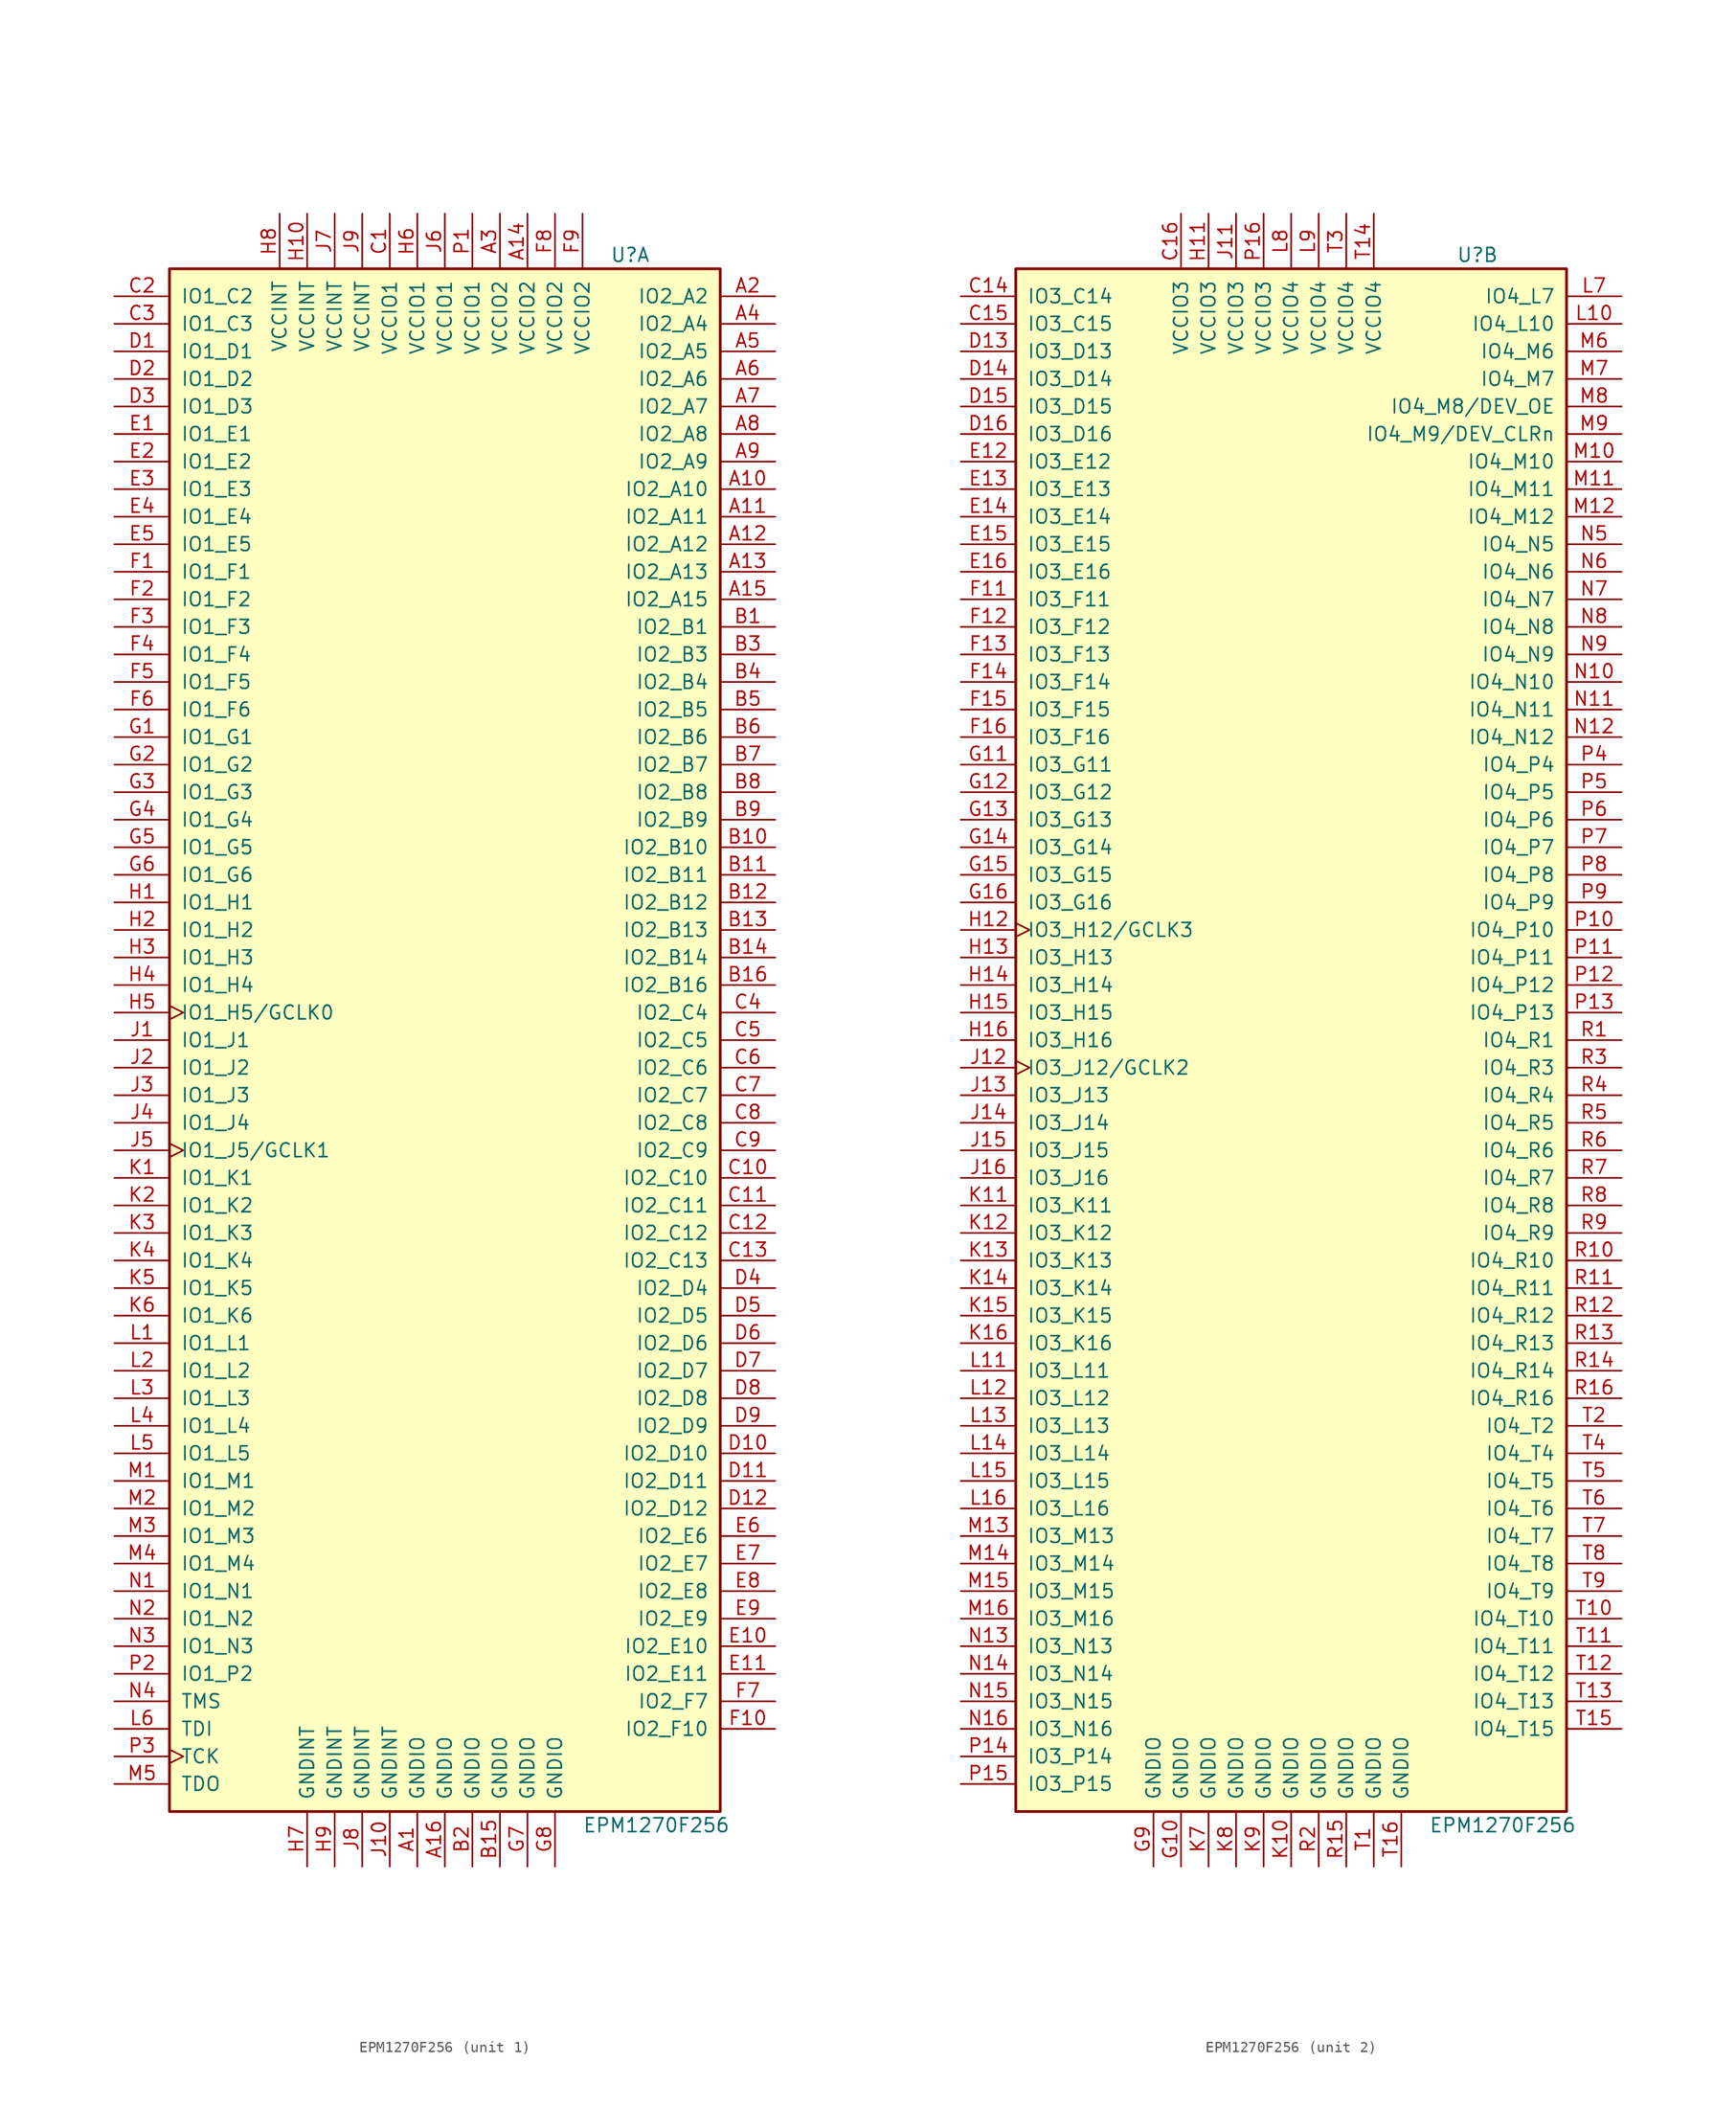
<source format=kicad_sym>
(kicad_symbol_lib
  (version 20201005)
  (generator kicad_symbol_editor)
  (symbol "EPM1270F256"
    (pin_names
      (offset 1.016))
    (property "Reference" "U"
      (at 15.24 72.39 0)
      (effects (font (size 1.27 1.27)) (justify left)))
    (property "Value" "EPM1270F256"
      (at 12.7 -72.39 0)
      (effects (font (size 1.27 1.27)) (justify left)))
    (property "ki_locked" ""
      (at 0 0 0)
      (effects (font (size 1.27 1.27))))
    (symbol "EPM1270F256_1_1"
      (rectangle (start -25.4 71.12) (end 25.4 -71.12) (stroke (width 0.254)) (fill (type background)))
      (pin power_in line (at -2.54 -76.2 90) (length 5.08) (name "GNDIO" (effects (font (size 1.27 1.27)))) (number "A1" (effects (font (size 1.27 1.27)))))
      (pin bidirectional line (at 30.48 50.8 180) (length 5.08) (name "IO2_A10" (effects (font (size 1.27 1.27)))) (number "A10" (effects (font (size 1.27 1.27)))))
      (pin bidirectional line (at 30.48 48.26 180) (length 5.08) (name "IO2_A11" (effects (font (size 1.27 1.27)))) (number "A11" (effects (font (size 1.27 1.27)))))
      (pin bidirectional line (at 30.48 45.72 180) (length 5.08) (name "IO2_A12" (effects (font (size 1.27 1.27)))) (number "A12" (effects (font (size 1.27 1.27)))))
      (pin bidirectional line (at 30.48 43.18 180) (length 5.08) (name "IO2_A13" (effects (font (size 1.27 1.27)))) (number "A13" (effects (font (size 1.27 1.27)))))
      (pin power_in line (at 7.62 76.2 270) (length 5.08) (name "VCCIO2" (effects (font (size 1.27 1.27)))) (number "A14" (effects (font (size 1.27 1.27)))))
      (pin bidirectional line (at 30.48 40.64 180) (length 5.08) (name "IO2_A15" (effects (font (size 1.27 1.27)))) (number "A15" (effects (font (size 1.27 1.27)))))
      (pin power_in line (at 0 -76.2 90) (length 5.08) (name "GNDIO" (effects (font (size 1.27 1.27)))) (number "A16" (effects (font (size 1.27 1.27)))))
      (pin bidirectional line (at 30.48 68.58 180) (length 5.08) (name "IO2_A2" (effects (font (size 1.27 1.27)))) (number "A2" (effects (font (size 1.27 1.27)))))
      (pin power_in line (at 5.08 76.2 270) (length 5.08) (name "VCCIO2" (effects (font (size 1.27 1.27)))) (number "A3" (effects (font (size 1.27 1.27)))))
      (pin bidirectional line (at 30.48 66.04 180) (length 5.08) (name "IO2_A4" (effects (font (size 1.27 1.27)))) (number "A4" (effects (font (size 1.27 1.27)))))
      (pin bidirectional line (at 30.48 63.5 180) (length 5.08) (name "IO2_A5" (effects (font (size 1.27 1.27)))) (number "A5" (effects (font (size 1.27 1.27)))))
      (pin bidirectional line (at 30.48 60.96 180) (length 5.08) (name "IO2_A6" (effects (font (size 1.27 1.27)))) (number "A6" (effects (font (size 1.27 1.27)))))
      (pin bidirectional line (at 30.48 58.42 180) (length 5.08) (name "IO2_A7" (effects (font (size 1.27 1.27)))) (number "A7" (effects (font (size 1.27 1.27)))))
      (pin bidirectional line (at 30.48 55.88 180) (length 5.08) (name "IO2_A8" (effects (font (size 1.27 1.27)))) (number "A8" (effects (font (size 1.27 1.27)))))
      (pin bidirectional line (at 30.48 53.34 180) (length 5.08) (name "IO2_A9" (effects (font (size 1.27 1.27)))) (number "A9" (effects (font (size 1.27 1.27)))))
      (pin bidirectional line (at 30.48 38.1 180) (length 5.08) (name "IO2_B1" (effects (font (size 1.27 1.27)))) (number "B1" (effects (font (size 1.27 1.27)))))
      (pin bidirectional line (at 30.48 17.78 180) (length 5.08) (name "IO2_B10" (effects (font (size 1.27 1.27)))) (number "B10" (effects (font (size 1.27 1.27)))))
      (pin bidirectional line (at 30.48 15.24 180) (length 5.08) (name "IO2_B11" (effects (font (size 1.27 1.27)))) (number "B11" (effects (font (size 1.27 1.27)))))
      (pin bidirectional line (at 30.48 12.7 180) (length 5.08) (name "IO2_B12" (effects (font (size 1.27 1.27)))) (number "B12" (effects (font (size 1.27 1.27)))))
      (pin bidirectional line (at 30.48 10.16 180) (length 5.08) (name "IO2_B13" (effects (font (size 1.27 1.27)))) (number "B13" (effects (font (size 1.27 1.27)))))
      (pin bidirectional line (at 30.48 7.62 180) (length 5.08) (name "IO2_B14" (effects (font (size 1.27 1.27)))) (number "B14" (effects (font (size 1.27 1.27)))))
      (pin power_in line (at 5.08 -76.2 90) (length 5.08) (name "GNDIO" (effects (font (size 1.27 1.27)))) (number "B15" (effects (font (size 1.27 1.27)))))
      (pin bidirectional line (at 30.48 5.08 180) (length 5.08) (name "IO2_B16" (effects (font (size 1.27 1.27)))) (number "B16" (effects (font (size 1.27 1.27)))))
      (pin power_in line (at 2.54 -76.2 90) (length 5.08) (name "GNDIO" (effects (font (size 1.27 1.27)))) (number "B2" (effects (font (size 1.27 1.27)))))
      (pin bidirectional line (at 30.48 35.56 180) (length 5.08) (name "IO2_B3" (effects (font (size 1.27 1.27)))) (number "B3" (effects (font (size 1.27 1.27)))))
      (pin bidirectional line (at 30.48 33.02 180) (length 5.08) (name "IO2_B4" (effects (font (size 1.27 1.27)))) (number "B4" (effects (font (size 1.27 1.27)))))
      (pin bidirectional line (at 30.48 30.48 180) (length 5.08) (name "IO2_B5" (effects (font (size 1.27 1.27)))) (number "B5" (effects (font (size 1.27 1.27)))))
      (pin bidirectional line (at 30.48 27.94 180) (length 5.08) (name "IO2_B6" (effects (font (size 1.27 1.27)))) (number "B6" (effects (font (size 1.27 1.27)))))
      (pin bidirectional line (at 30.48 25.4 180) (length 5.08) (name "IO2_B7" (effects (font (size 1.27 1.27)))) (number "B7" (effects (font (size 1.27 1.27)))))
      (pin bidirectional line (at 30.48 22.86 180) (length 5.08) (name "IO2_B8" (effects (font (size 1.27 1.27)))) (number "B8" (effects (font (size 1.27 1.27)))))
      (pin bidirectional line (at 30.48 20.32 180) (length 5.08) (name "IO2_B9" (effects (font (size 1.27 1.27)))) (number "B9" (effects (font (size 1.27 1.27)))))
      (pin power_in line (at -5.08 76.2 270) (length 5.08) (name "VCCIO1" (effects (font (size 1.27 1.27)))) (number "C1" (effects (font (size 1.27 1.27)))))
      (pin bidirectional line (at 30.48 -12.7 180) (length 5.08) (name "IO2_C10" (effects (font (size 1.27 1.27)))) (number "C10" (effects (font (size 1.27 1.27)))))
      (pin bidirectional line (at 30.48 -15.24 180) (length 5.08) (name "IO2_C11" (effects (font (size 1.27 1.27)))) (number "C11" (effects (font (size 1.27 1.27)))))
      (pin bidirectional line (at 30.48 -17.78 180) (length 5.08) (name "IO2_C12" (effects (font (size 1.27 1.27)))) (number "C12" (effects (font (size 1.27 1.27)))))
      (pin bidirectional line (at 30.48 -20.32 180) (length 5.08) (name "IO2_C13" (effects (font (size 1.27 1.27)))) (number "C13" (effects (font (size 1.27 1.27)))))
      (pin bidirectional line (at -30.48 68.58 0) (length 5.08) (name "IO1_C2" (effects (font (size 1.27 1.27)))) (number "C2" (effects (font (size 1.27 1.27)))))
      (pin bidirectional line (at -30.48 66.04 0) (length 5.08) (name "IO1_C3" (effects (font (size 1.27 1.27)))) (number "C3" (effects (font (size 1.27 1.27)))))
      (pin bidirectional line (at 30.48 2.54 180) (length 5.08) (name "IO2_C4" (effects (font (size 1.27 1.27)))) (number "C4" (effects (font (size 1.27 1.27)))))
      (pin bidirectional line (at 30.48 0 180) (length 5.08) (name "IO2_C5" (effects (font (size 1.27 1.27)))) (number "C5" (effects (font (size 1.27 1.27)))))
      (pin bidirectional line (at 30.48 -2.54 180) (length 5.08) (name "IO2_C6" (effects (font (size 1.27 1.27)))) (number "C6" (effects (font (size 1.27 1.27)))))
      (pin bidirectional line (at 30.48 -5.08 180) (length 5.08) (name "IO2_C7" (effects (font (size 1.27 1.27)))) (number "C7" (effects (font (size 1.27 1.27)))))
      (pin bidirectional line (at 30.48 -7.62 180) (length 5.08) (name "IO2_C8" (effects (font (size 1.27 1.27)))) (number "C8" (effects (font (size 1.27 1.27)))))
      (pin bidirectional line (at 30.48 -10.16 180) (length 5.08) (name "IO2_C9" (effects (font (size 1.27 1.27)))) (number "C9" (effects (font (size 1.27 1.27)))))
      (pin bidirectional line (at -30.48 63.5 0) (length 5.08) (name "IO1_D1" (effects (font (size 1.27 1.27)))) (number "D1" (effects (font (size 1.27 1.27)))))
      (pin bidirectional line (at 30.48 -38.1 180) (length 5.08) (name "IO2_D10" (effects (font (size 1.27 1.27)))) (number "D10" (effects (font (size 1.27 1.27)))))
      (pin bidirectional line (at 30.48 -40.64 180) (length 5.08) (name "IO2_D11" (effects (font (size 1.27 1.27)))) (number "D11" (effects (font (size 1.27 1.27)))))
      (pin bidirectional line (at 30.48 -43.18 180) (length 5.08) (name "IO2_D12" (effects (font (size 1.27 1.27)))) (number "D12" (effects (font (size 1.27 1.27)))))
      (pin bidirectional line (at -30.48 60.96 0) (length 5.08) (name "IO1_D2" (effects (font (size 1.27 1.27)))) (number "D2" (effects (font (size 1.27 1.27)))))
      (pin bidirectional line (at -30.48 58.42 0) (length 5.08) (name "IO1_D3" (effects (font (size 1.27 1.27)))) (number "D3" (effects (font (size 1.27 1.27)))))
      (pin bidirectional line (at 30.48 -22.86 180) (length 5.08) (name "IO2_D4" (effects (font (size 1.27 1.27)))) (number "D4" (effects (font (size 1.27 1.27)))))
      (pin bidirectional line (at 30.48 -25.4 180) (length 5.08) (name "IO2_D5" (effects (font (size 1.27 1.27)))) (number "D5" (effects (font (size 1.27 1.27)))))
      (pin bidirectional line (at 30.48 -27.94 180) (length 5.08) (name "IO2_D6" (effects (font (size 1.27 1.27)))) (number "D6" (effects (font (size 1.27 1.27)))))
      (pin bidirectional line (at 30.48 -30.48 180) (length 5.08) (name "IO2_D7" (effects (font (size 1.27 1.27)))) (number "D7" (effects (font (size 1.27 1.27)))))
      (pin bidirectional line (at 30.48 -33.02 180) (length 5.08) (name "IO2_D8" (effects (font (size 1.27 1.27)))) (number "D8" (effects (font (size 1.27 1.27)))))
      (pin bidirectional line (at 30.48 -35.56 180) (length 5.08) (name "IO2_D9" (effects (font (size 1.27 1.27)))) (number "D9" (effects (font (size 1.27 1.27)))))
      (pin bidirectional line (at -30.48 55.88 0) (length 5.08) (name "IO1_E1" (effects (font (size 1.27 1.27)))) (number "E1" (effects (font (size 1.27 1.27)))))
      (pin bidirectional line (at 30.48 -55.88 180) (length 5.08) (name "IO2_E10" (effects (font (size 1.27 1.27)))) (number "E10" (effects (font (size 1.27 1.27)))))
      (pin bidirectional line (at 30.48 -58.42 180) (length 5.08) (name "IO2_E11" (effects (font (size 1.27 1.27)))) (number "E11" (effects (font (size 1.27 1.27)))))
      (pin bidirectional line (at -30.48 53.34 0) (length 5.08) (name "IO1_E2" (effects (font (size 1.27 1.27)))) (number "E2" (effects (font (size 1.27 1.27)))))
      (pin bidirectional line (at -30.48 50.8 0) (length 5.08) (name "IO1_E3" (effects (font (size 1.27 1.27)))) (number "E3" (effects (font (size 1.27 1.27)))))
      (pin bidirectional line (at -30.48 48.26 0) (length 5.08) (name "IO1_E4" (effects (font (size 1.27 1.27)))) (number "E4" (effects (font (size 1.27 1.27)))))
      (pin bidirectional line (at -30.48 45.72 0) (length 5.08) (name "IO1_E5" (effects (font (size 1.27 1.27)))) (number "E5" (effects (font (size 1.27 1.27)))))
      (pin bidirectional line (at 30.48 -45.72 180) (length 5.08) (name "IO2_E6" (effects (font (size 1.27 1.27)))) (number "E6" (effects (font (size 1.27 1.27)))))
      (pin bidirectional line (at 30.48 -48.26 180) (length 5.08) (name "IO2_E7" (effects (font (size 1.27 1.27)))) (number "E7" (effects (font (size 1.27 1.27)))))
      (pin bidirectional line (at 30.48 -50.8 180) (length 5.08) (name "IO2_E8" (effects (font (size 1.27 1.27)))) (number "E8" (effects (font (size 1.27 1.27)))))
      (pin bidirectional line (at 30.48 -53.34 180) (length 5.08) (name "IO2_E9" (effects (font (size 1.27 1.27)))) (number "E9" (effects (font (size 1.27 1.27)))))
      (pin bidirectional line (at -30.48 43.18 0) (length 5.08) (name "IO1_F1" (effects (font (size 1.27 1.27)))) (number "F1" (effects (font (size 1.27 1.27)))))
      (pin bidirectional line (at 30.48 -63.5 180) (length 5.08) (name "IO2_F10" (effects (font (size 1.27 1.27)))) (number "F10" (effects (font (size 1.27 1.27)))))
      (pin bidirectional line (at -30.48 40.64 0) (length 5.08) (name "IO1_F2" (effects (font (size 1.27 1.27)))) (number "F2" (effects (font (size 1.27 1.27)))))
      (pin bidirectional line (at -30.48 38.1 0) (length 5.08) (name "IO1_F3" (effects (font (size 1.27 1.27)))) (number "F3" (effects (font (size 1.27 1.27)))))
      (pin bidirectional line (at -30.48 35.56 0) (length 5.08) (name "IO1_F4" (effects (font (size 1.27 1.27)))) (number "F4" (effects (font (size 1.27 1.27)))))
      (pin bidirectional line (at -30.48 33.02 0) (length 5.08) (name "IO1_F5" (effects (font (size 1.27 1.27)))) (number "F5" (effects (font (size 1.27 1.27)))))
      (pin bidirectional line (at -30.48 30.48 0) (length 5.08) (name "IO1_F6" (effects (font (size 1.27 1.27)))) (number "F6" (effects (font (size 1.27 1.27)))))
      (pin bidirectional line (at 30.48 -60.96 180) (length 5.08) (name "IO2_F7" (effects (font (size 1.27 1.27)))) (number "F7" (effects (font (size 1.27 1.27)))))
      (pin power_in line (at 10.16 76.2 270) (length 5.08) (name "VCCIO2" (effects (font (size 1.27 1.27)))) (number "F8" (effects (font (size 1.27 1.27)))))
      (pin power_in line (at 12.7 76.2 270) (length 5.08) (name "VCCIO2" (effects (font (size 1.27 1.27)))) (number "F9" (effects (font (size 1.27 1.27)))))
      (pin bidirectional line (at -30.48 27.94 0) (length 5.08) (name "IO1_G1" (effects (font (size 1.27 1.27)))) (number "G1" (effects (font (size 1.27 1.27)))))
      (pin bidirectional line (at -30.48 25.4 0) (length 5.08) (name "IO1_G2" (effects (font (size 1.27 1.27)))) (number "G2" (effects (font (size 1.27 1.27)))))
      (pin bidirectional line (at -30.48 22.86 0) (length 5.08) (name "IO1_G3" (effects (font (size 1.27 1.27)))) (number "G3" (effects (font (size 1.27 1.27)))))
      (pin bidirectional line (at -30.48 20.32 0) (length 5.08) (name "IO1_G4" (effects (font (size 1.27 1.27)))) (number "G4" (effects (font (size 1.27 1.27)))))
      (pin bidirectional line (at -30.48 17.78 0) (length 5.08) (name "IO1_G5" (effects (font (size 1.27 1.27)))) (number "G5" (effects (font (size 1.27 1.27)))))
      (pin bidirectional line (at -30.48 15.24 0) (length 5.08) (name "IO1_G6" (effects (font (size 1.27 1.27)))) (number "G6" (effects (font (size 1.27 1.27)))))
      (pin power_in line (at 7.62 -76.2 90) (length 5.08) (name "GNDIO" (effects (font (size 1.27 1.27)))) (number "G7" (effects (font (size 1.27 1.27)))))
      (pin power_in line (at 10.16 -76.2 90) (length 5.08) (name "GNDIO" (effects (font (size 1.27 1.27)))) (number "G8" (effects (font (size 1.27 1.27)))))
      (pin bidirectional line (at -30.48 12.7 0) (length 5.08) (name "IO1_H1" (effects (font (size 1.27 1.27)))) (number "H1" (effects (font (size 1.27 1.27)))))
      (pin power_in line (at -12.7 76.2 270) (length 5.08) (name "VCCINT" (effects (font (size 1.27 1.27)))) (number "H10" (effects (font (size 1.27 1.27)))))
      (pin bidirectional line (at -30.48 10.16 0) (length 5.08) (name "IO1_H2" (effects (font (size 1.27 1.27)))) (number "H2" (effects (font (size 1.27 1.27)))))
      (pin bidirectional line (at -30.48 7.62 0) (length 5.08) (name "IO1_H3" (effects (font (size 1.27 1.27)))) (number "H3" (effects (font (size 1.27 1.27)))))
      (pin bidirectional line (at -30.48 5.08 0) (length 5.08) (name "IO1_H4" (effects (font (size 1.27 1.27)))) (number "H4" (effects (font (size 1.27 1.27)))))
      (pin bidirectional clock (at -30.48 2.54 0) (length 5.08) (name "IO1_H5/GCLK0" (effects (font (size 1.27 1.27)))) (number "H5" (effects (font (size 1.27 1.27)))))
      (pin power_in line (at -2.54 76.2 270) (length 5.08) (name "VCCIO1" (effects (font (size 1.27 1.27)))) (number "H6" (effects (font (size 1.27 1.27)))))
      (pin power_in line (at -12.7 -76.2 90) (length 5.08) (name "GNDINT" (effects (font (size 1.27 1.27)))) (number "H7" (effects (font (size 1.27 1.27)))))
      (pin power_in line (at -15.24 76.2 270) (length 5.08) (name "VCCINT" (effects (font (size 1.27 1.27)))) (number "H8" (effects (font (size 1.27 1.27)))))
      (pin power_in line (at -10.16 -76.2 90) (length 5.08) (name "GNDINT" (effects (font (size 1.27 1.27)))) (number "H9" (effects (font (size 1.27 1.27)))))
      (pin bidirectional line (at -30.48 0 0) (length 5.08) (name "IO1_J1" (effects (font (size 1.27 1.27)))) (number "J1" (effects (font (size 1.27 1.27)))))
      (pin power_in line (at -5.08 -76.2 90) (length 5.08) (name "GNDINT" (effects (font (size 1.27 1.27)))) (number "J10" (effects (font (size 1.27 1.27)))))
      (pin bidirectional line (at -30.48 -2.54 0) (length 5.08) (name "IO1_J2" (effects (font (size 1.27 1.27)))) (number "J2" (effects (font (size 1.27 1.27)))))
      (pin bidirectional line (at -30.48 -5.08 0) (length 5.08) (name "IO1_J3" (effects (font (size 1.27 1.27)))) (number "J3" (effects (font (size 1.27 1.27)))))
      (pin bidirectional line (at -30.48 -7.62 0) (length 5.08) (name "IO1_J4" (effects (font (size 1.27 1.27)))) (number "J4" (effects (font (size 1.27 1.27)))))
      (pin bidirectional clock (at -30.48 -10.16 0) (length 5.08) (name "IO1_J5/GCLK1" (effects (font (size 1.27 1.27)))) (number "J5" (effects (font (size 1.27 1.27)))))
      (pin power_in line (at 0 76.2 270) (length 5.08) (name "VCCIO1" (effects (font (size 1.27 1.27)))) (number "J6" (effects (font (size 1.27 1.27)))))
      (pin power_in line (at -10.16 76.2 270) (length 5.08) (name "VCCINT" (effects (font (size 1.27 1.27)))) (number "J7" (effects (font (size 1.27 1.27)))))
      (pin power_in line (at -7.62 -76.2 90) (length 5.08) (name "GNDINT" (effects (font (size 1.27 1.27)))) (number "J8" (effects (font (size 1.27 1.27)))))
      (pin power_in line (at -7.62 76.2 270) (length 5.08) (name "VCCINT" (effects (font (size 1.27 1.27)))) (number "J9" (effects (font (size 1.27 1.27)))))
      (pin bidirectional line (at -30.48 -12.7 0) (length 5.08) (name "IO1_K1" (effects (font (size 1.27 1.27)))) (number "K1" (effects (font (size 1.27 1.27)))))
      (pin bidirectional line (at -30.48 -15.24 0) (length 5.08) (name "IO1_K2" (effects (font (size 1.27 1.27)))) (number "K2" (effects (font (size 1.27 1.27)))))
      (pin bidirectional line (at -30.48 -17.78 0) (length 5.08) (name "IO1_K3" (effects (font (size 1.27 1.27)))) (number "K3" (effects (font (size 1.27 1.27)))))
      (pin bidirectional line (at -30.48 -20.32 0) (length 5.08) (name "IO1_K4" (effects (font (size 1.27 1.27)))) (number "K4" (effects (font (size 1.27 1.27)))))
      (pin bidirectional line (at -30.48 -22.86 0) (length 5.08) (name "IO1_K5" (effects (font (size 1.27 1.27)))) (number "K5" (effects (font (size 1.27 1.27)))))
      (pin bidirectional line (at -30.48 -25.4 0) (length 5.08) (name "IO1_K6" (effects (font (size 1.27 1.27)))) (number "K6" (effects (font (size 1.27 1.27)))))
      (pin bidirectional line (at -30.48 -27.94 0) (length 5.08) (name "IO1_L1" (effects (font (size 1.27 1.27)))) (number "L1" (effects (font (size 1.27 1.27)))))
      (pin bidirectional line (at -30.48 -30.48 0) (length 5.08) (name "IO1_L2" (effects (font (size 1.27 1.27)))) (number "L2" (effects (font (size 1.27 1.27)))))
      (pin bidirectional line (at -30.48 -33.02 0) (length 5.08) (name "IO1_L3" (effects (font (size 1.27 1.27)))) (number "L3" (effects (font (size 1.27 1.27)))))
      (pin bidirectional line (at -30.48 -35.56 0) (length 5.08) (name "IO1_L4" (effects (font (size 1.27 1.27)))) (number "L4" (effects (font (size 1.27 1.27)))))
      (pin bidirectional line (at -30.48 -38.1 0) (length 5.08) (name "IO1_L5" (effects (font (size 1.27 1.27)))) (number "L5" (effects (font (size 1.27 1.27)))))
      (pin input line (at -30.48 -63.5 0) (length 5.08) (name "TDI" (effects (font (size 1.27 1.27)))) (number "L6" (effects (font (size 1.27 1.27)))))
      (pin bidirectional line (at -30.48 -40.64 0) (length 5.08) (name "IO1_M1" (effects (font (size 1.27 1.27)))) (number "M1" (effects (font (size 1.27 1.27)))))
      (pin bidirectional line (at -30.48 -43.18 0) (length 5.08) (name "IO1_M2" (effects (font (size 1.27 1.27)))) (number "M2" (effects (font (size 1.27 1.27)))))
      (pin bidirectional line (at -30.48 -45.72 0) (length 5.08) (name "IO1_M3" (effects (font (size 1.27 1.27)))) (number "M3" (effects (font (size 1.27 1.27)))))
      (pin bidirectional line (at -30.48 -48.26 0) (length 5.08) (name "IO1_M4" (effects (font (size 1.27 1.27)))) (number "M4" (effects (font (size 1.27 1.27)))))
      (pin output line (at -30.48 -68.58 0) (length 5.08) (name "TDO" (effects (font (size 1.27 1.27)))) (number "M5" (effects (font (size 1.27 1.27)))))
      (pin bidirectional line (at -30.48 -50.8 0) (length 5.08) (name "IO1_N1" (effects (font (size 1.27 1.27)))) (number "N1" (effects (font (size 1.27 1.27)))))
      (pin bidirectional line (at -30.48 -53.34 0) (length 5.08) (name "IO1_N2" (effects (font (size 1.27 1.27)))) (number "N2" (effects (font (size 1.27 1.27)))))
      (pin bidirectional line (at -30.48 -55.88 0) (length 5.08) (name "IO1_N3" (effects (font (size 1.27 1.27)))) (number "N3" (effects (font (size 1.27 1.27)))))
      (pin input line (at -30.48 -60.96 0) (length 5.08) (name "TMS" (effects (font (size 1.27 1.27)))) (number "N4" (effects (font (size 1.27 1.27)))))
      (pin power_in line (at 2.54 76.2 270) (length 5.08) (name "VCCIO1" (effects (font (size 1.27 1.27)))) (number "P1" (effects (font (size 1.27 1.27)))))
      (pin bidirectional line (at -30.48 -58.42 0) (length 5.08) (name "IO1_P2" (effects (font (size 1.27 1.27)))) (number "P2" (effects (font (size 1.27 1.27)))))
      (pin input clock (at -30.48 -66.04 0) (length 5.08) (name "TCK" (effects (font (size 1.27 1.27)))) (number "P3" (effects (font (size 1.27 1.27))))))
    (symbol "EPM1270F256_2_1"
      (rectangle (start -25.4 71.12) (end 25.4 -71.12) (stroke (width 0.254)) (fill (type background)))
      (pin bidirectional line (at -30.48 68.58 0) (length 5.08) (name "IO3_C14" (effects (font (size 1.27 1.27)))) (number "C14" (effects (font (size 1.27 1.27)))))
      (pin bidirectional line (at -30.48 66.04 0) (length 5.08) (name "IO3_C15" (effects (font (size 1.27 1.27)))) (number "C15" (effects (font (size 1.27 1.27)))))
      (pin power_in line (at -10.16 76.2 270) (length 5.08) (name "VCCIO3" (effects (font (size 1.27 1.27)))) (number "C16" (effects (font (size 1.27 1.27)))))
      (pin bidirectional line (at -30.48 63.5 0) (length 5.08) (name "IO3_D13" (effects (font (size 1.27 1.27)))) (number "D13" (effects (font (size 1.27 1.27)))))
      (pin bidirectional line (at -30.48 60.96 0) (length 5.08) (name "IO3_D14" (effects (font (size 1.27 1.27)))) (number "D14" (effects (font (size 1.27 1.27)))))
      (pin bidirectional line (at -30.48 58.42 0) (length 5.08) (name "IO3_D15" (effects (font (size 1.27 1.27)))) (number "D15" (effects (font (size 1.27 1.27)))))
      (pin bidirectional line (at -30.48 55.88 0) (length 5.08) (name "IO3_D16" (effects (font (size 1.27 1.27)))) (number "D16" (effects (font (size 1.27 1.27)))))
      (pin bidirectional line (at -30.48 53.34 0) (length 5.08) (name "IO3_E12" (effects (font (size 1.27 1.27)))) (number "E12" (effects (font (size 1.27 1.27)))))
      (pin bidirectional line (at -30.48 50.8 0) (length 5.08) (name "IO3_E13" (effects (font (size 1.27 1.27)))) (number "E13" (effects (font (size 1.27 1.27)))))
      (pin bidirectional line (at -30.48 48.26 0) (length 5.08) (name "IO3_E14" (effects (font (size 1.27 1.27)))) (number "E14" (effects (font (size 1.27 1.27)))))
      (pin bidirectional line (at -30.48 45.72 0) (length 5.08) (name "IO3_E15" (effects (font (size 1.27 1.27)))) (number "E15" (effects (font (size 1.27 1.27)))))
      (pin bidirectional line (at -30.48 43.18 0) (length 5.08) (name "IO3_E16" (effects (font (size 1.27 1.27)))) (number "E16" (effects (font (size 1.27 1.27)))))
      (pin bidirectional line (at -30.48 40.64 0) (length 5.08) (name "IO3_F11" (effects (font (size 1.27 1.27)))) (number "F11" (effects (font (size 1.27 1.27)))))
      (pin bidirectional line (at -30.48 38.1 0) (length 5.08) (name "IO3_F12" (effects (font (size 1.27 1.27)))) (number "F12" (effects (font (size 1.27 1.27)))))
      (pin bidirectional line (at -30.48 35.56 0) (length 5.08) (name "IO3_F13" (effects (font (size 1.27 1.27)))) (number "F13" (effects (font (size 1.27 1.27)))))
      (pin bidirectional line (at -30.48 33.02 0) (length 5.08) (name "IO3_F14" (effects (font (size 1.27 1.27)))) (number "F14" (effects (font (size 1.27 1.27)))))
      (pin bidirectional line (at -30.48 30.48 0) (length 5.08) (name "IO3_F15" (effects (font (size 1.27 1.27)))) (number "F15" (effects (font (size 1.27 1.27)))))
      (pin bidirectional line (at -30.48 27.94 0) (length 5.08) (name "IO3_F16" (effects (font (size 1.27 1.27)))) (number "F16" (effects (font (size 1.27 1.27)))))
      (pin power_in line (at -10.16 -76.2 90) (length 5.08) (name "GNDIO" (effects (font (size 1.27 1.27)))) (number "G10" (effects (font (size 1.27 1.27)))))
      (pin bidirectional line (at -30.48 25.4 0) (length 5.08) (name "IO3_G11" (effects (font (size 1.27 1.27)))) (number "G11" (effects (font (size 1.27 1.27)))))
      (pin bidirectional line (at -30.48 22.86 0) (length 5.08) (name "IO3_G12" (effects (font (size 1.27 1.27)))) (number "G12" (effects (font (size 1.27 1.27)))))
      (pin bidirectional line (at -30.48 20.32 0) (length 5.08) (name "IO3_G13" (effects (font (size 1.27 1.27)))) (number "G13" (effects (font (size 1.27 1.27)))))
      (pin bidirectional line (at -30.48 17.78 0) (length 5.08) (name "IO3_G14" (effects (font (size 1.27 1.27)))) (number "G14" (effects (font (size 1.27 1.27)))))
      (pin bidirectional line (at -30.48 15.24 0) (length 5.08) (name "IO3_G15" (effects (font (size 1.27 1.27)))) (number "G15" (effects (font (size 1.27 1.27)))))
      (pin bidirectional line (at -30.48 12.7 0) (length 5.08) (name "IO3_G16" (effects (font (size 1.27 1.27)))) (number "G16" (effects (font (size 1.27 1.27)))))
      (pin power_in line (at -12.7 -76.2 90) (length 5.08) (name "GNDIO" (effects (font (size 1.27 1.27)))) (number "G9" (effects (font (size 1.27 1.27)))))
      (pin power_in line (at -7.62 76.2 270) (length 5.08) (name "VCCIO3" (effects (font (size 1.27 1.27)))) (number "H11" (effects (font (size 1.27 1.27)))))
      (pin bidirectional clock (at -30.48 10.16 0) (length 5.08) (name "IO3_H12/GCLK3" (effects (font (size 1.27 1.27)))) (number "H12" (effects (font (size 1.27 1.27)))))
      (pin bidirectional line (at -30.48 7.62 0) (length 5.08) (name "IO3_H13" (effects (font (size 1.27 1.27)))) (number "H13" (effects (font (size 1.27 1.27)))))
      (pin bidirectional line (at -30.48 5.08 0) (length 5.08) (name "IO3_H14" (effects (font (size 1.27 1.27)))) (number "H14" (effects (font (size 1.27 1.27)))))
      (pin bidirectional line (at -30.48 2.54 0) (length 5.08) (name "IO3_H15" (effects (font (size 1.27 1.27)))) (number "H15" (effects (font (size 1.27 1.27)))))
      (pin bidirectional line (at -30.48 0 0) (length 5.08) (name "IO3_H16" (effects (font (size 1.27 1.27)))) (number "H16" (effects (font (size 1.27 1.27)))))
      (pin power_in line (at -5.08 76.2 270) (length 5.08) (name "VCCIO3" (effects (font (size 1.27 1.27)))) (number "J11" (effects (font (size 1.27 1.27)))))
      (pin bidirectional clock (at -30.48 -2.54 0) (length 5.08) (name "IO3_J12/GCLK2" (effects (font (size 1.27 1.27)))) (number "J12" (effects (font (size 1.27 1.27)))))
      (pin bidirectional line (at -30.48 -5.08 0) (length 5.08) (name "IO3_J13" (effects (font (size 1.27 1.27)))) (number "J13" (effects (font (size 1.27 1.27)))))
      (pin bidirectional line (at -30.48 -7.62 0) (length 5.08) (name "IO3_J14" (effects (font (size 1.27 1.27)))) (number "J14" (effects (font (size 1.27 1.27)))))
      (pin bidirectional line (at -30.48 -10.16 0) (length 5.08) (name "IO3_J15" (effects (font (size 1.27 1.27)))) (number "J15" (effects (font (size 1.27 1.27)))))
      (pin bidirectional line (at -30.48 -12.7 0) (length 5.08) (name "IO3_J16" (effects (font (size 1.27 1.27)))) (number "J16" (effects (font (size 1.27 1.27)))))
      (pin power_in line (at 0 -76.2 90) (length 5.08) (name "GNDIO" (effects (font (size 1.27 1.27)))) (number "K10" (effects (font (size 1.27 1.27)))))
      (pin bidirectional line (at -30.48 -15.24 0) (length 5.08) (name "IO3_K11" (effects (font (size 1.27 1.27)))) (number "K11" (effects (font (size 1.27 1.27)))))
      (pin bidirectional line (at -30.48 -17.78 0) (length 5.08) (name "IO3_K12" (effects (font (size 1.27 1.27)))) (number "K12" (effects (font (size 1.27 1.27)))))
      (pin bidirectional line (at -30.48 -20.32 0) (length 5.08) (name "IO3_K13" (effects (font (size 1.27 1.27)))) (number "K13" (effects (font (size 1.27 1.27)))))
      (pin bidirectional line (at -30.48 -22.86 0) (length 5.08) (name "IO3_K14" (effects (font (size 1.27 1.27)))) (number "K14" (effects (font (size 1.27 1.27)))))
      (pin bidirectional line (at -30.48 -25.4 0) (length 5.08) (name "IO3_K15" (effects (font (size 1.27 1.27)))) (number "K15" (effects (font (size 1.27 1.27)))))
      (pin bidirectional line (at -30.48 -27.94 0) (length 5.08) (name "IO3_K16" (effects (font (size 1.27 1.27)))) (number "K16" (effects (font (size 1.27 1.27)))))
      (pin power_in line (at -7.62 -76.2 90) (length 5.08) (name "GNDIO" (effects (font (size 1.27 1.27)))) (number "K7" (effects (font (size 1.27 1.27)))))
      (pin power_in line (at -5.08 -76.2 90) (length 5.08) (name "GNDIO" (effects (font (size 1.27 1.27)))) (number "K8" (effects (font (size 1.27 1.27)))))
      (pin power_in line (at -2.54 -76.2 90) (length 5.08) (name "GNDIO" (effects (font (size 1.27 1.27)))) (number "K9" (effects (font (size 1.27 1.27)))))
      (pin bidirectional line (at 30.48 66.04 180) (length 5.08) (name "IO4_L10" (effects (font (size 1.27 1.27)))) (number "L10" (effects (font (size 1.27 1.27)))))
      (pin bidirectional line (at -30.48 -30.48 0) (length 5.08) (name "IO3_L11" (effects (font (size 1.27 1.27)))) (number "L11" (effects (font (size 1.27 1.27)))))
      (pin bidirectional line (at -30.48 -33.02 0) (length 5.08) (name "IO3_L12" (effects (font (size 1.27 1.27)))) (number "L12" (effects (font (size 1.27 1.27)))))
      (pin bidirectional line (at -30.48 -35.56 0) (length 5.08) (name "IO3_L13" (effects (font (size 1.27 1.27)))) (number "L13" (effects (font (size 1.27 1.27)))))
      (pin bidirectional line (at -30.48 -38.1 0) (length 5.08) (name "IO3_L14" (effects (font (size 1.27 1.27)))) (number "L14" (effects (font (size 1.27 1.27)))))
      (pin bidirectional line (at -30.48 -40.64 0) (length 5.08) (name "IO3_L15" (effects (font (size 1.27 1.27)))) (number "L15" (effects (font (size 1.27 1.27)))))
      (pin bidirectional line (at -30.48 -43.18 0) (length 5.08) (name "IO3_L16" (effects (font (size 1.27 1.27)))) (number "L16" (effects (font (size 1.27 1.27)))))
      (pin bidirectional line (at 30.48 68.58 180) (length 5.08) (name "IO4_L7" (effects (font (size 1.27 1.27)))) (number "L7" (effects (font (size 1.27 1.27)))))
      (pin power_in line (at 0 76.2 270) (length 5.08) (name "VCCIO4" (effects (font (size 1.27 1.27)))) (number "L8" (effects (font (size 1.27 1.27)))))
      (pin power_in line (at 2.54 76.2 270) (length 5.08) (name "VCCIO4" (effects (font (size 1.27 1.27)))) (number "L9" (effects (font (size 1.27 1.27)))))
      (pin bidirectional line (at 30.48 53.34 180) (length 5.08) (name "IO4_M10" (effects (font (size 1.27 1.27)))) (number "M10" (effects (font (size 1.27 1.27)))))
      (pin bidirectional line (at 30.48 50.8 180) (length 5.08) (name "IO4_M11" (effects (font (size 1.27 1.27)))) (number "M11" (effects (font (size 1.27 1.27)))))
      (pin bidirectional line (at 30.48 48.26 180) (length 5.08) (name "IO4_M12" (effects (font (size 1.27 1.27)))) (number "M12" (effects (font (size 1.27 1.27)))))
      (pin bidirectional line (at -30.48 -45.72 0) (length 5.08) (name "IO3_M13" (effects (font (size 1.27 1.27)))) (number "M13" (effects (font (size 1.27 1.27)))))
      (pin bidirectional line (at -30.48 -48.26 0) (length 5.08) (name "IO3_M14" (effects (font (size 1.27 1.27)))) (number "M14" (effects (font (size 1.27 1.27)))))
      (pin bidirectional line (at -30.48 -50.8 0) (length 5.08) (name "IO3_M15" (effects (font (size 1.27 1.27)))) (number "M15" (effects (font (size 1.27 1.27)))))
      (pin bidirectional line (at -30.48 -53.34 0) (length 5.08) (name "IO3_M16" (effects (font (size 1.27 1.27)))) (number "M16" (effects (font (size 1.27 1.27)))))
      (pin bidirectional line (at 30.48 63.5 180) (length 5.08) (name "IO4_M6" (effects (font (size 1.27 1.27)))) (number "M6" (effects (font (size 1.27 1.27)))))
      (pin bidirectional line (at 30.48 60.96 180) (length 5.08) (name "IO4_M7" (effects (font (size 1.27 1.27)))) (number "M7" (effects (font (size 1.27 1.27)))))
      (pin bidirectional line (at 30.48 58.42 180) (length 5.08) (name "IO4_M8/DEV_OE" (effects (font (size 1.27 1.27)))) (number "M8" (effects (font (size 1.27 1.27)))))
      (pin bidirectional line (at 30.48 55.88 180) (length 5.08) (name "IO4_M9/DEV_CLRn" (effects (font (size 1.27 1.27)))) (number "M9" (effects (font (size 1.27 1.27)))))
      (pin bidirectional line (at 30.48 33.02 180) (length 5.08) (name "IO4_N10" (effects (font (size 1.27 1.27)))) (number "N10" (effects (font (size 1.27 1.27)))))
      (pin bidirectional line (at 30.48 30.48 180) (length 5.08) (name "IO4_N11" (effects (font (size 1.27 1.27)))) (number "N11" (effects (font (size 1.27 1.27)))))
      (pin bidirectional line (at 30.48 27.94 180) (length 5.08) (name "IO4_N12" (effects (font (size 1.27 1.27)))) (number "N12" (effects (font (size 1.27 1.27)))))
      (pin bidirectional line (at -30.48 -55.88 0) (length 5.08) (name "IO3_N13" (effects (font (size 1.27 1.27)))) (number "N13" (effects (font (size 1.27 1.27)))))
      (pin bidirectional line (at -30.48 -58.42 0) (length 5.08) (name "IO3_N14" (effects (font (size 1.27 1.27)))) (number "N14" (effects (font (size 1.27 1.27)))))
      (pin bidirectional line (at -30.48 -60.96 0) (length 5.08) (name "IO3_N15" (effects (font (size 1.27 1.27)))) (number "N15" (effects (font (size 1.27 1.27)))))
      (pin bidirectional line (at -30.48 -63.5 0) (length 5.08) (name "IO3_N16" (effects (font (size 1.27 1.27)))) (number "N16" (effects (font (size 1.27 1.27)))))
      (pin bidirectional line (at 30.48 45.72 180) (length 5.08) (name "IO4_N5" (effects (font (size 1.27 1.27)))) (number "N5" (effects (font (size 1.27 1.27)))))
      (pin bidirectional line (at 30.48 43.18 180) (length 5.08) (name "IO4_N6" (effects (font (size 1.27 1.27)))) (number "N6" (effects (font (size 1.27 1.27)))))
      (pin bidirectional line (at 30.48 40.64 180) (length 5.08) (name "IO4_N7" (effects (font (size 1.27 1.27)))) (number "N7" (effects (font (size 1.27 1.27)))))
      (pin bidirectional line (at 30.48 38.1 180) (length 5.08) (name "IO4_N8" (effects (font (size 1.27 1.27)))) (number "N8" (effects (font (size 1.27 1.27)))))
      (pin bidirectional line (at 30.48 35.56 180) (length 5.08) (name "IO4_N9" (effects (font (size 1.27 1.27)))) (number "N9" (effects (font (size 1.27 1.27)))))
      (pin bidirectional line (at 30.48 10.16 180) (length 5.08) (name "IO4_P10" (effects (font (size 1.27 1.27)))) (number "P10" (effects (font (size 1.27 1.27)))))
      (pin bidirectional line (at 30.48 7.62 180) (length 5.08) (name "IO4_P11" (effects (font (size 1.27 1.27)))) (number "P11" (effects (font (size 1.27 1.27)))))
      (pin bidirectional line (at 30.48 5.08 180) (length 5.08) (name "IO4_P12" (effects (font (size 1.27 1.27)))) (number "P12" (effects (font (size 1.27 1.27)))))
      (pin bidirectional line (at 30.48 2.54 180) (length 5.08) (name "IO4_P13" (effects (font (size 1.27 1.27)))) (number "P13" (effects (font (size 1.27 1.27)))))
      (pin bidirectional line (at -30.48 -66.04 0) (length 5.08) (name "IO3_P14" (effects (font (size 1.27 1.27)))) (number "P14" (effects (font (size 1.27 1.27)))))
      (pin bidirectional line (at -30.48 -68.58 0) (length 5.08) (name "IO3_P15" (effects (font (size 1.27 1.27)))) (number "P15" (effects (font (size 1.27 1.27)))))
      (pin power_in line (at -2.54 76.2 270) (length 5.08) (name "VCCIO3" (effects (font (size 1.27 1.27)))) (number "P16" (effects (font (size 1.27 1.27)))))
      (pin bidirectional line (at 30.48 25.4 180) (length 5.08) (name "IO4_P4" (effects (font (size 1.27 1.27)))) (number "P4" (effects (font (size 1.27 1.27)))))
      (pin bidirectional line (at 30.48 22.86 180) (length 5.08) (name "IO4_P5" (effects (font (size 1.27 1.27)))) (number "P5" (effects (font (size 1.27 1.27)))))
      (pin bidirectional line (at 30.48 20.32 180) (length 5.08) (name "IO4_P6" (effects (font (size 1.27 1.27)))) (number "P6" (effects (font (size 1.27 1.27)))))
      (pin bidirectional line (at 30.48 17.78 180) (length 5.08) (name "IO4_P7" (effects (font (size 1.27 1.27)))) (number "P7" (effects (font (size 1.27 1.27)))))
      (pin bidirectional line (at 30.48 15.24 180) (length 5.08) (name "IO4_P8" (effects (font (size 1.27 1.27)))) (number "P8" (effects (font (size 1.27 1.27)))))
      (pin bidirectional line (at 30.48 12.7 180) (length 5.08) (name "IO4_P9" (effects (font (size 1.27 1.27)))) (number "P9" (effects (font (size 1.27 1.27)))))
      (pin bidirectional line (at 30.48 0 180) (length 5.08) (name "IO4_R1" (effects (font (size 1.27 1.27)))) (number "R1" (effects (font (size 1.27 1.27)))))
      (pin bidirectional line (at 30.48 -20.32 180) (length 5.08) (name "IO4_R10" (effects (font (size 1.27 1.27)))) (number "R10" (effects (font (size 1.27 1.27)))))
      (pin bidirectional line (at 30.48 -22.86 180) (length 5.08) (name "IO4_R11" (effects (font (size 1.27 1.27)))) (number "R11" (effects (font (size 1.27 1.27)))))
      (pin bidirectional line (at 30.48 -25.4 180) (length 5.08) (name "IO4_R12" (effects (font (size 1.27 1.27)))) (number "R12" (effects (font (size 1.27 1.27)))))
      (pin bidirectional line (at 30.48 -27.94 180) (length 5.08) (name "IO4_R13" (effects (font (size 1.27 1.27)))) (number "R13" (effects (font (size 1.27 1.27)))))
      (pin bidirectional line (at 30.48 -30.48 180) (length 5.08) (name "IO4_R14" (effects (font (size 1.27 1.27)))) (number "R14" (effects (font (size 1.27 1.27)))))
      (pin power_in line (at 5.08 -76.2 90) (length 5.08) (name "GNDIO" (effects (font (size 1.27 1.27)))) (number "R15" (effects (font (size 1.27 1.27)))))
      (pin bidirectional line (at 30.48 -33.02 180) (length 5.08) (name "IO4_R16" (effects (font (size 1.27 1.27)))) (number "R16" (effects (font (size 1.27 1.27)))))
      (pin power_in line (at 2.54 -76.2 90) (length 5.08) (name "GNDIO" (effects (font (size 1.27 1.27)))) (number "R2" (effects (font (size 1.27 1.27)))))
      (pin bidirectional line (at 30.48 -2.54 180) (length 5.08) (name "IO4_R3" (effects (font (size 1.27 1.27)))) (number "R3" (effects (font (size 1.27 1.27)))))
      (pin bidirectional line (at 30.48 -5.08 180) (length 5.08) (name "IO4_R4" (effects (font (size 1.27 1.27)))) (number "R4" (effects (font (size 1.27 1.27)))))
      (pin bidirectional line (at 30.48 -7.62 180) (length 5.08) (name "IO4_R5" (effects (font (size 1.27 1.27)))) (number "R5" (effects (font (size 1.27 1.27)))))
      (pin bidirectional line (at 30.48 -10.16 180) (length 5.08) (name "IO4_R6" (effects (font (size 1.27 1.27)))) (number "R6" (effects (font (size 1.27 1.27)))))
      (pin bidirectional line (at 30.48 -12.7 180) (length 5.08) (name "IO4_R7" (effects (font (size 1.27 1.27)))) (number "R7" (effects (font (size 1.27 1.27)))))
      (pin bidirectional line (at 30.48 -15.24 180) (length 5.08) (name "IO4_R8" (effects (font (size 1.27 1.27)))) (number "R8" (effects (font (size 1.27 1.27)))))
      (pin bidirectional line (at 30.48 -17.78 180) (length 5.08) (name "IO4_R9" (effects (font (size 1.27 1.27)))) (number "R9" (effects (font (size 1.27 1.27)))))
      (pin power_in line (at 7.62 -76.2 90) (length 5.08) (name "GNDIO" (effects (font (size 1.27 1.27)))) (number "T1" (effects (font (size 1.27 1.27)))))
      (pin bidirectional line (at 30.48 -53.34 180) (length 5.08) (name "IO4_T10" (effects (font (size 1.27 1.27)))) (number "T10" (effects (font (size 1.27 1.27)))))
      (pin bidirectional line (at 30.48 -55.88 180) (length 5.08) (name "IO4_T11" (effects (font (size 1.27 1.27)))) (number "T11" (effects (font (size 1.27 1.27)))))
      (pin bidirectional line (at 30.48 -58.42 180) (length 5.08) (name "IO4_T12" (effects (font (size 1.27 1.27)))) (number "T12" (effects (font (size 1.27 1.27)))))
      (pin bidirectional line (at 30.48 -60.96 180) (length 5.08) (name "IO4_T13" (effects (font (size 1.27 1.27)))) (number "T13" (effects (font (size 1.27 1.27)))))
      (pin power_in line (at 7.62 76.2 270) (length 5.08) (name "VCCIO4" (effects (font (size 1.27 1.27)))) (number "T14" (effects (font (size 1.27 1.27)))))
      (pin bidirectional line (at 30.48 -63.5 180) (length 5.08) (name "IO4_T15" (effects (font (size 1.27 1.27)))) (number "T15" (effects (font (size 1.27 1.27)))))
      (pin power_in line (at 10.16 -76.2 90) (length 5.08) (name "GNDIO" (effects (font (size 1.27 1.27)))) (number "T16" (effects (font (size 1.27 1.27)))))
      (pin bidirectional line (at 30.48 -35.56 180) (length 5.08) (name "IO4_T2" (effects (font (size 1.27 1.27)))) (number "T2" (effects (font (size 1.27 1.27)))))
      (pin power_in line (at 5.08 76.2 270) (length 5.08) (name "VCCIO4" (effects (font (size 1.27 1.27)))) (number "T3" (effects (font (size 1.27 1.27)))))
      (pin bidirectional line (at 30.48 -38.1 180) (length 5.08) (name "IO4_T4" (effects (font (size 1.27 1.27)))) (number "T4" (effects (font (size 1.27 1.27)))))
      (pin bidirectional line (at 30.48 -40.64 180) (length 5.08) (name "IO4_T5" (effects (font (size 1.27 1.27)))) (number "T5" (effects (font (size 1.27 1.27)))))
      (pin bidirectional line (at 30.48 -43.18 180) (length 5.08) (name "IO4_T6" (effects (font (size 1.27 1.27)))) (number "T6" (effects (font (size 1.27 1.27)))))
      (pin bidirectional line (at 30.48 -45.72 180) (length 5.08) (name "IO4_T7" (effects (font (size 1.27 1.27)))) (number "T7" (effects (font (size 1.27 1.27)))))
      (pin bidirectional line (at 30.48 -48.26 180) (length 5.08) (name "IO4_T8" (effects (font (size 1.27 1.27)))) (number "T8" (effects (font (size 1.27 1.27)))))
      (pin bidirectional line (at 30.48 -50.8 180) (length 5.08) (name "IO4_T9" (effects (font (size 1.27 1.27)))) (number "T9" (effects (font (size 1.27 1.27))))))))
</source>
